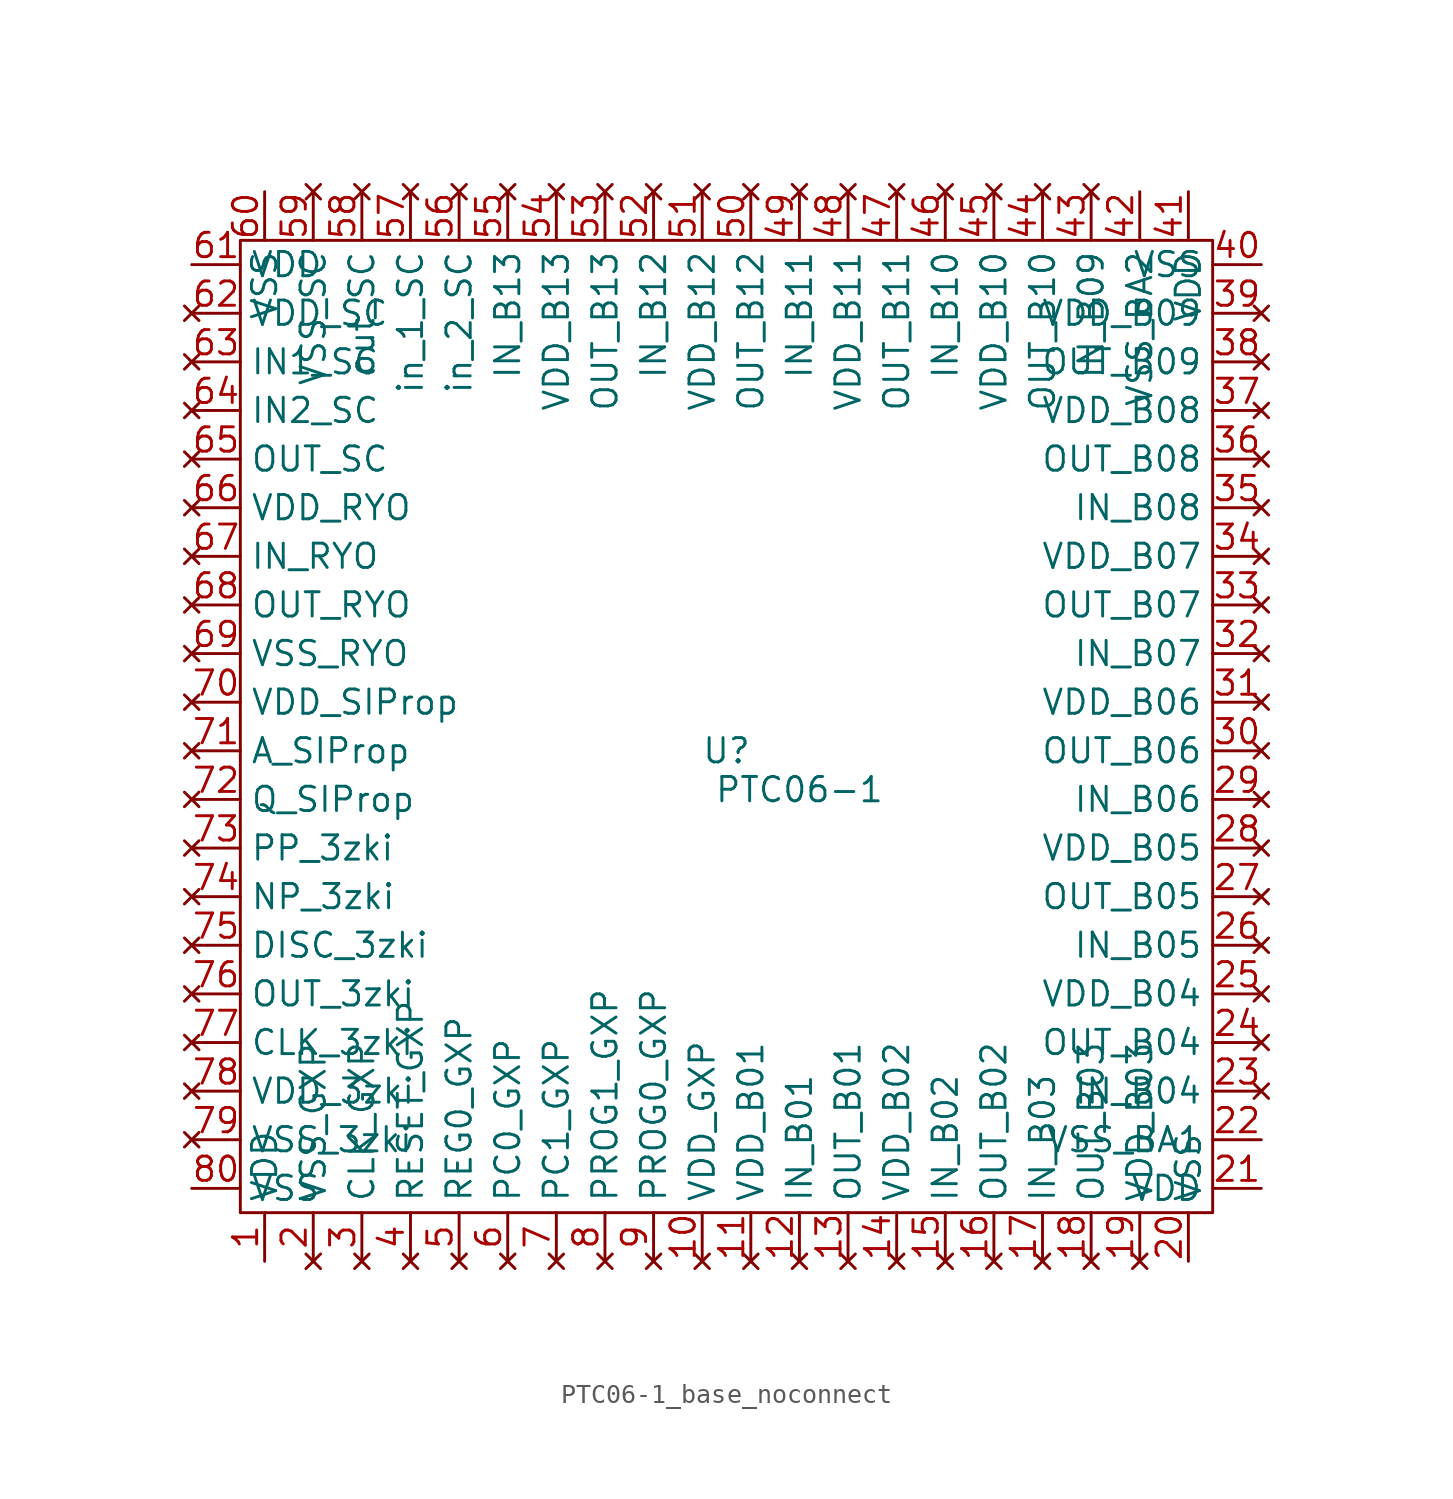
<source format=kicad_sym>
(kicad_symbol_lib
  (version 20231120)
  (generator "kicad_symbol_editor")
  (generator_version "8.0")
  (symbol "PTC06-1_base_noconnect"
    (property "Reference" "U"
      (at 0 0 0)
      (effects (font (size 1.27 1.27))))
    (property "Value" "PTC06-1"
      (at 3.81 -2.032 0)
      (effects (font (size 1.27 1.27))))
    (symbol "PTC06-1_base_noconnect_0_1"
      (rectangle (start -25.4 26.67) (end 25.4 -24.13) (stroke (width 0) (type default)) (fill (type none))))
    (symbol "PTC06-1_base_noconnect_1_0"
      (pin power_in line (at -24.13 -26.67 90) (length 2.54) (name "VDD" (effects (font (size 1.27 1.27)))) (number "1" (effects (font (size 1.27 1.27)))))
      (pin no_connect line (at -1.27 -26.67 90) (length 2.54) (name "VDD_GXP" (effects (font (size 1.27 1.27)))) (number "10" (effects (font (size 1.27 1.27)))))
      (pin no_connect line (at 1.27 -26.67 90) (length 2.54) (name "VDD_B01" (effects (font (size 1.27 1.27)))) (number "11" (effects (font (size 1.27 1.27)))))
      (pin no_connect line (at 3.81 -26.67 90) (length 2.54) (name "IN_B01" (effects (font (size 1.27 1.27)))) (number "12" (effects (font (size 1.27 1.27)))))
      (pin no_connect line (at 6.35 -26.67 90) (length 2.54) (name "OUT_B01" (effects (font (size 1.27 1.27)))) (number "13" (effects (font (size 1.27 1.27)))))
      (pin no_connect line (at 8.89 -26.67 90) (length 2.54) (name "VDD_B02" (effects (font (size 1.27 1.27)))) (number "14" (effects (font (size 1.27 1.27)))))
      (pin no_connect line (at 11.43 -26.67 90) (length 2.54) (name "IN_B02" (effects (font (size 1.27 1.27)))) (number "15" (effects (font (size 1.27 1.27)))))
      (pin no_connect line (at 13.97 -26.67 90) (length 2.54) (name "OUT_B02" (effects (font (size 1.27 1.27)))) (number "16" (effects (font (size 1.27 1.27)))))
      (pin no_connect line (at 16.51 -26.67 90) (length 2.54) (name "IN_B03" (effects (font (size 1.27 1.27)))) (number "17" (effects (font (size 1.27 1.27)))))
      (pin no_connect line (at 19.05 -26.67 90) (length 2.54) (name "OUT_B03" (effects (font (size 1.27 1.27)))) (number "18" (effects (font (size 1.27 1.27)))))
      (pin no_connect line (at 21.59 -26.67 90) (length 2.54) (name "VDD_B03" (effects (font (size 1.27 1.27)))) (number "19" (effects (font (size 1.27 1.27)))))
      (pin no_connect line (at -21.59 -26.67 90) (length 2.54) (name "VSS_GXP" (effects (font (size 1.27 1.27)))) (number "2" (effects (font (size 1.27 1.27)))))
      (pin power_in line (at 24.13 -26.67 90) (length 2.54) (name "VSS" (effects (font (size 1.27 1.27)))) (number "20" (effects (font (size 1.27 1.27)))))
      (pin power_in line (at 27.94 -22.86 180) (length 2.54) (name "VDD" (effects (font (size 1.27 1.27)))) (number "21" (effects (font (size 1.27 1.27)))))
      (pin power_in line (at 27.94 -20.32 180) (length 2.54) (name "VSS_BA1" (effects (font (size 1.27 1.27)))) (number "22" (effects (font (size 1.27 1.27)))))
      (pin no_connect line (at 27.94 -17.78 180) (length 2.54) (name "IN_B04" (effects (font (size 1.27 1.27)))) (number "23" (effects (font (size 1.27 1.27)))))
      (pin no_connect line (at 27.94 -15.24 180) (length 2.54) (name "OUT_B04" (effects (font (size 1.27 1.27)))) (number "24" (effects (font (size 1.27 1.27)))))
      (pin no_connect line (at 27.94 -12.7 180) (length 2.54) (name "VDD_B04" (effects (font (size 1.27 1.27)))) (number "25" (effects (font (size 1.27 1.27)))))
      (pin no_connect line (at 27.94 -10.16 180) (length 2.54) (name "IN_B05" (effects (font (size 1.27 1.27)))) (number "26" (effects (font (size 1.27 1.27)))))
      (pin no_connect line (at 27.94 -7.62 180) (length 2.54) (name "OUT_B05" (effects (font (size 1.27 1.27)))) (number "27" (effects (font (size 1.27 1.27)))))
      (pin no_connect line (at 27.94 -5.08 180) (length 2.54) (name "VDD_B05" (effects (font (size 1.27 1.27)))) (number "28" (effects (font (size 1.27 1.27)))))
      (pin no_connect line (at 27.94 -2.54 180) (length 2.54) (name "IN_B06" (effects (font (size 1.27 1.27)))) (number "29" (effects (font (size 1.27 1.27)))))
      (pin no_connect line (at -19.05 -26.67 90) (length 2.54) (name "CLK_GXP" (effects (font (size 1.27 1.27)))) (number "3" (effects (font (size 1.27 1.27)))))
      (pin no_connect line (at 27.94 0 180) (length 2.54) (name "OUT_B06" (effects (font (size 1.27 1.27)))) (number "30" (effects (font (size 1.27 1.27)))))
      (pin no_connect line (at 27.94 2.54 180) (length 2.54) (name "VDD_B06" (effects (font (size 1.27 1.27)))) (number "31" (effects (font (size 1.27 1.27)))))
      (pin no_connect line (at 27.94 5.08 180) (length 2.54) (name "IN_B07" (effects (font (size 1.27 1.27)))) (number "32" (effects (font (size 1.27 1.27)))))
      (pin no_connect line (at 27.94 7.62 180) (length 2.54) (name "OUT_B07" (effects (font (size 1.27 1.27)))) (number "33" (effects (font (size 1.27 1.27)))))
      (pin no_connect line (at 27.94 10.16 180) (length 2.54) (name "VDD_B07" (effects (font (size 1.27 1.27)))) (number "34" (effects (font (size 1.27 1.27)))))
      (pin no_connect line (at 27.94 12.7 180) (length 2.54) (name "IN_B08" (effects (font (size 1.27 1.27)))) (number "35" (effects (font (size 1.27 1.27)))))
      (pin no_connect line (at 27.94 15.24 180) (length 2.54) (name "OUT_B08" (effects (font (size 1.27 1.27)))) (number "36" (effects (font (size 1.27 1.27)))))
      (pin no_connect line (at 27.94 17.78 180) (length 2.54) (name "VDD_B08" (effects (font (size 1.27 1.27)))) (number "37" (effects (font (size 1.27 1.27)))))
      (pin no_connect line (at 27.94 20.32 180) (length 2.54) (name "OUT_B09" (effects (font (size 1.27 1.27)))) (number "38" (effects (font (size 1.27 1.27)))))
      (pin no_connect line (at 27.94 22.86 180) (length 2.54) (name "VDD_B09" (effects (font (size 1.27 1.27)))) (number "39" (effects (font (size 1.27 1.27)))))
      (pin no_connect line (at -16.51 -26.67 90) (length 2.54) (name "RESET_GXP" (effects (font (size 1.27 1.27)))) (number "4" (effects (font (size 1.27 1.27)))))
      (pin power_in line (at 27.94 25.4 180) (length 2.54) (name "VSS" (effects (font (size 1.27 1.27)))) (number "40" (effects (font (size 1.27 1.27)))))
      (pin power_in line (at 24.13 29.21 270) (length 2.54) (name "VDD" (effects (font (size 1.27 1.27)))) (number "41" (effects (font (size 1.27 1.27)))))
      (pin power_in line (at 21.59 29.21 270) (length 2.54) (name "VSS_BA2" (effects (font (size 1.27 1.27)))) (number "42" (effects (font (size 1.27 1.27)))))
      (pin no_connect line (at 19.05 29.21 270) (length 2.54) (name "IN_B09" (effects (font (size 1.27 1.27)))) (number "43" (effects (font (size 1.27 1.27)))))
      (pin no_connect line (at 16.51 29.21 270) (length 2.54) (name "OUT_B10" (effects (font (size 1.27 1.27)))) (number "44" (effects (font (size 1.27 1.27)))))
      (pin no_connect line (at 13.97 29.21 270) (length 2.54) (name "VDD_B10" (effects (font (size 1.27 1.27)))) (number "45" (effects (font (size 1.27 1.27)))))
      (pin no_connect line (at 11.43 29.21 270) (length 2.54) (name "IN_B10" (effects (font (size 1.27 1.27)))) (number "46" (effects (font (size 1.27 1.27)))))
      (pin no_connect line (at 8.89 29.21 270) (length 2.54) (name "OUT_B11" (effects (font (size 1.27 1.27)))) (number "47" (effects (font (size 1.27 1.27)))))
      (pin no_connect line (at 6.35 29.21 270) (length 2.54) (name "VDD_B11" (effects (font (size 1.27 1.27)))) (number "48" (effects (font (size 1.27 1.27)))))
      (pin no_connect line (at 3.81 29.21 270) (length 2.54) (name "IN_B11" (effects (font (size 1.27 1.27)))) (number "49" (effects (font (size 1.27 1.27)))))
      (pin no_connect line (at -13.97 -26.67 90) (length 2.54) (name "REG0_GXP" (effects (font (size 1.27 1.27)))) (number "5" (effects (font (size 1.27 1.27)))))
      (pin no_connect line (at 1.27 29.21 270) (length 2.54) (name "OUT_B12" (effects (font (size 1.27 1.27)))) (number "50" (effects (font (size 1.27 1.27)))))
      (pin no_connect line (at -1.27 29.21 270) (length 2.54) (name "VDD_B12" (effects (font (size 1.27 1.27)))) (number "51" (effects (font (size 1.27 1.27)))))
      (pin no_connect line (at -3.81 29.21 270) (length 2.54) (name "IN_B12" (effects (font (size 1.27 1.27)))) (number "52" (effects (font (size 1.27 1.27)))))
      (pin no_connect line (at -6.35 29.21 270) (length 2.54) (name "OUT_B13" (effects (font (size 1.27 1.27)))) (number "53" (effects (font (size 1.27 1.27)))))
      (pin no_connect line (at -8.89 29.21 270) (length 2.54) (name "VDD_B13" (effects (font (size 1.27 1.27)))) (number "54" (effects (font (size 1.27 1.27)))))
      (pin no_connect line (at -11.43 29.21 270) (length 2.54) (name "IN_B13" (effects (font (size 1.27 1.27)))) (number "55" (effects (font (size 1.27 1.27)))))
      (pin no_connect line (at -13.97 29.21 270) (length 2.54) (name "in_2_SC" (effects (font (size 1.27 1.27)))) (number "56" (effects (font (size 1.27 1.27)))))
      (pin no_connect line (at -16.51 29.21 270) (length 2.54) (name "in_1_SC" (effects (font (size 1.27 1.27)))) (number "57" (effects (font (size 1.27 1.27)))))
      (pin no_connect line (at -19.05 29.21 270) (length 2.54) (name "out_SC" (effects (font (size 1.27 1.27)))) (number "58" (effects (font (size 1.27 1.27)))))
      (pin no_connect line (at -21.59 29.21 270) (length 2.54) (name "VSS_SC" (effects (font (size 1.27 1.27)))) (number "59" (effects (font (size 1.27 1.27)))))
      (pin no_connect line (at -11.43 -26.67 90) (length 2.54) (name "PC0_GXP" (effects (font (size 1.27 1.27)))) (number "6" (effects (font (size 1.27 1.27)))))
      (pin power_in line (at -24.13 29.21 270) (length 2.54) (name "VSS" (effects (font (size 1.27 1.27)))) (number "60" (effects (font (size 1.27 1.27)))))
      (pin power_in line (at -27.94 25.4 0) (length 2.54) (name "VDD" (effects (font (size 1.27 1.27)))) (number "61" (effects (font (size 1.27 1.27)))))
      (pin no_connect line (at -27.94 22.86 0) (length 2.54) (name "VDD_SC" (effects (font (size 1.27 1.27)))) (number "62" (effects (font (size 1.27 1.27)))))
      (pin no_connect line (at -27.94 20.32 0) (length 2.54) (name "IN1_SC" (effects (font (size 1.27 1.27)))) (number "63" (effects (font (size 1.27 1.27)))))
      (pin no_connect line (at -27.94 17.78 0) (length 2.54) (name "IN2_SC" (effects (font (size 1.27 1.27)))) (number "64" (effects (font (size 1.27 1.27)))))
      (pin no_connect line (at -27.94 15.24 0) (length 2.54) (name "OUT_SC" (effects (font (size 1.27 1.27)))) (number "65" (effects (font (size 1.27 1.27)))))
      (pin no_connect line (at -27.94 12.7 0) (length 2.54) (name "VDD_RYO" (effects (font (size 1.27 1.27)))) (number "66" (effects (font (size 1.27 1.27)))))
      (pin no_connect line (at -27.94 10.16 0) (length 2.54) (name "IN_RYO" (effects (font (size 1.27 1.27)))) (number "67" (effects (font (size 1.27 1.27)))))
      (pin no_connect line (at -27.94 7.62 0) (length 2.54) (name "OUT_RYO" (effects (font (size 1.27 1.27)))) (number "68" (effects (font (size 1.27 1.27)))))
      (pin no_connect line (at -27.94 5.08 0) (length 2.54) (name "VSS_RYO" (effects (font (size 1.27 1.27)))) (number "69" (effects (font (size 1.27 1.27)))))
      (pin no_connect line (at -8.89 -26.67 90) (length 2.54) (name "PC1_GXP" (effects (font (size 1.27 1.27)))) (number "7" (effects (font (size 1.27 1.27)))))
      (pin no_connect line (at -27.94 2.54 0) (length 2.54) (name "VDD_SIProp" (effects (font (size 1.27 1.27)))) (number "70" (effects (font (size 1.27 1.27)))))
      (pin no_connect line (at -27.94 0 0) (length 2.54) (name "A_SIProp" (effects (font (size 1.27 1.27)))) (number "71" (effects (font (size 1.27 1.27)))))
      (pin no_connect line (at -27.94 -2.54 0) (length 2.54) (name "Q_SIProp" (effects (font (size 1.27 1.27)))) (number "72" (effects (font (size 1.27 1.27)))))
      (pin no_connect line (at -27.94 -5.08 0) (length 2.54) (name "PP_3zki" (effects (font (size 1.27 1.27)))) (number "73" (effects (font (size 1.27 1.27)))))
      (pin no_connect line (at -27.94 -7.62 0) (length 2.54) (name "NP_3zki" (effects (font (size 1.27 1.27)))) (number "74" (effects (font (size 1.27 1.27)))))
      (pin no_connect line (at -27.94 -10.16 0) (length 2.54) (name "DISC_3zki" (effects (font (size 1.27 1.27)))) (number "75" (effects (font (size 1.27 1.27)))))
      (pin no_connect line (at -27.94 -12.7 0) (length 2.54) (name "OUT_3zki" (effects (font (size 1.27 1.27)))) (number "76" (effects (font (size 1.27 1.27)))))
      (pin no_connect line (at -27.94 -15.24 0) (length 2.54) (name "CLK_3zki" (effects (font (size 1.27 1.27)))) (number "77" (effects (font (size 1.27 1.27)))))
      (pin no_connect line (at -27.94 -17.78 0) (length 2.54) (name "VDD_3zki" (effects (font (size 1.27 1.27)))) (number "78" (effects (font (size 1.27 1.27)))))
      (pin no_connect line (at -27.94 -20.32 0) (length 2.54) (name "VSS_3zki" (effects (font (size 1.27 1.27)))) (number "79" (effects (font (size 1.27 1.27)))))
      (pin no_connect line (at -6.35 -26.67 90) (length 2.54) (name "PROG1_GXP" (effects (font (size 1.27 1.27)))) (number "8" (effects (font (size 1.27 1.27)))))
      (pin power_in line (at -27.94 -22.86 0) (length 2.54) (name "VSS" (effects (font (size 1.27 1.27)))) (number "80" (effects (font (size 1.27 1.27)))))
      (pin no_connect line (at -3.81 -26.67 90) (length 2.54) (name "PROG0_GXP" (effects (font (size 1.27 1.27)))) (number "9" (effects (font (size 1.27 1.27))))))))
</source>
